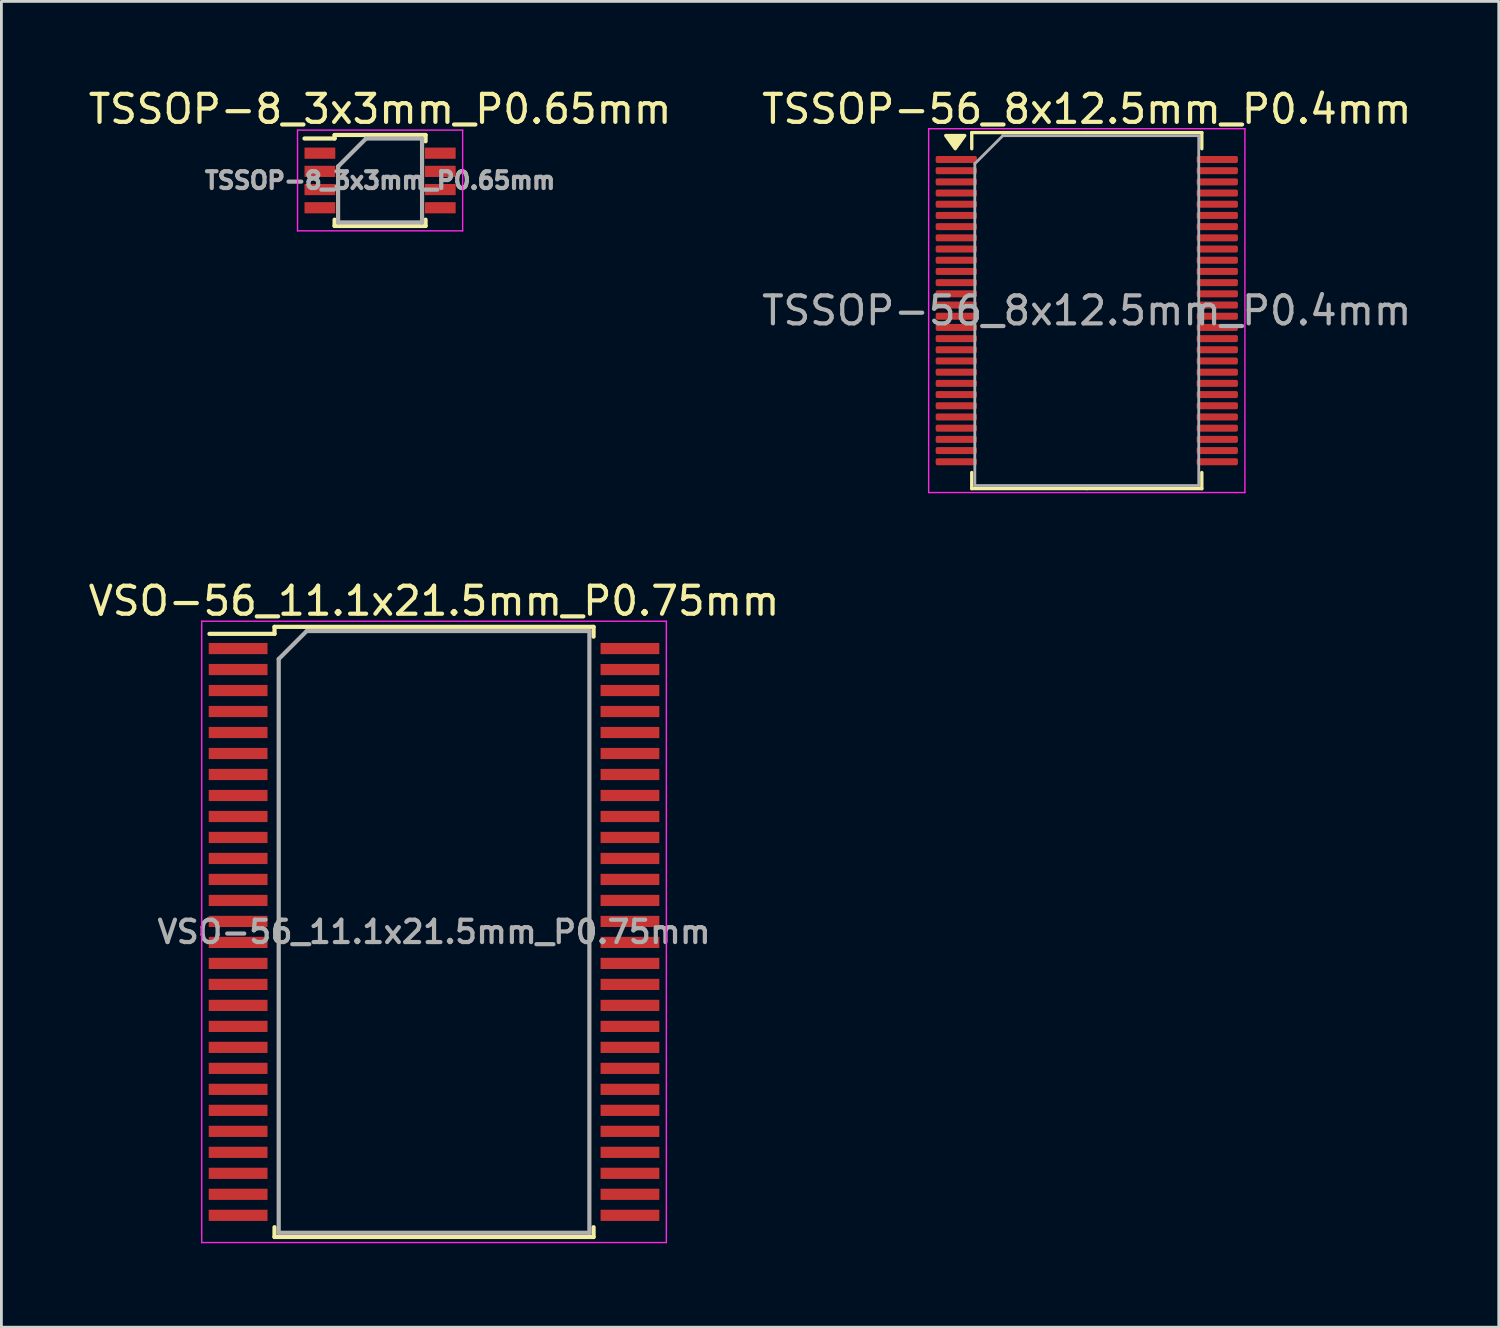
<source format=kicad_pcb>
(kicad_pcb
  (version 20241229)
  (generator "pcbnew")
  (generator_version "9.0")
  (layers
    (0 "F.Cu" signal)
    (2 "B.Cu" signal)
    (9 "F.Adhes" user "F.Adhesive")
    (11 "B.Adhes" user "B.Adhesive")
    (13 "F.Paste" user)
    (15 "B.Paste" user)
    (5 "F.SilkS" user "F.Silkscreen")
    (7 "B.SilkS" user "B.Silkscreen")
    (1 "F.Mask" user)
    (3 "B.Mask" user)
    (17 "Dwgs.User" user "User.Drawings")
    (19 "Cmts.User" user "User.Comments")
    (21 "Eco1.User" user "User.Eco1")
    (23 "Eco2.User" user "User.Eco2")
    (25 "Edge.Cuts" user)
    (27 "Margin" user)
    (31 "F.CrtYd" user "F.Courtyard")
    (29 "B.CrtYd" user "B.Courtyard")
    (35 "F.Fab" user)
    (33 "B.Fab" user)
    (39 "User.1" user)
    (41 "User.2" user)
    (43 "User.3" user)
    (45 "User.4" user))
  (footprint "VSO-56_11.1x21.5mm_P0.75mm"
    (layer "F.Cu")
    (at 12.458 30.247)
    (property "Reference" "VSO-56_11.1x21.5mm_P0.75mm" (at 0 -11.825 0) (layer "F.SilkS") (effects (font (size 1 1) (thickness 0.15))))
    (attr smd)
    (fp_line (start -5.7 -10.9) (end -5.7 -10.65) (stroke (width 0.15) (type solid)) (layer "F.SilkS"))
    (fp_line (start -5.7 -10.9) (end 5.7 -10.9) (stroke (width 0.15) (type solid)) (layer "F.SilkS"))
    (fp_line (start -5.7 -10.65) (end -8.025 -10.65) (stroke (width 0.15) (type solid)) (layer "F.SilkS"))
    (fp_line (start -5.7 10.9) (end -5.7 10.55) (stroke (width 0.15) (type solid)) (layer "F.SilkS"))
    (fp_line (start -5.7 10.9) (end 5.7 10.9) (stroke (width 0.15) (type solid)) (layer "F.SilkS"))
    (fp_line (start 5.7 -10.9) (end 5.7 -10.55) (stroke (width 0.15) (type solid)) (layer "F.SilkS"))
    (fp_line (start 5.7 10.9) (end 5.7 10.55) (stroke (width 0.15) (type solid)) (layer "F.SilkS"))
    (fp_line (start -8.3 -11.1) (end -8.3 11.1) (stroke (width 0.05) (type solid)) (layer "F.CrtYd"))
    (fp_line (start -8.3 -11.1) (end 8.3 -11.1) (stroke (width 0.05) (type solid)) (layer "F.CrtYd"))
    (fp_line (start -8.3 11.1) (end 8.3 11.1) (stroke (width 0.05) (type solid)) (layer "F.CrtYd"))
    (fp_line (start 8.3 -11.1) (end 8.3 11.1) (stroke (width 0.05) (type solid)) (layer "F.CrtYd"))
    (fp_line (start -5.55 -9.75) (end -4.55 -10.75) (stroke (width 0.15) (type solid)) (layer "F.Fab"))
    (fp_line (start -5.55 10.75) (end -5.55 -9.75) (stroke (width 0.15) (type solid)) (layer "F.Fab"))
    (fp_line (start -4.55 -10.75) (end 5.55 -10.75) (stroke (width 0.15) (type solid)) (layer "F.Fab"))
    (fp_line (start 5.55 -10.75) (end 5.55 10.75) (stroke (width 0.15) (type solid)) (layer "F.Fab"))
    (fp_line (start 5.55 10.75) (end -5.55 10.75) (stroke (width 0.15) (type solid)) (layer "F.Fab"))
    (fp_text user "${REFERENCE}" (at 0 0 0) (layer "F.Fab") (effects (font (size 0.8 0.8) (thickness 0.15))))
    (pad "1" smd rect (at -7 -10.125) (size 2.1 0.4) (layers "F.Cu" "F.Mask" "F.Paste"))
    (pad "2" smd rect (at -7 -9.375) (size 2.1 0.4) (layers "F.Cu" "F.Mask" "F.Paste"))
    (pad "3" smd rect (at -7 -8.625) (size 2.1 0.4) (layers "F.Cu" "F.Mask" "F.Paste"))
    (pad "4" smd rect (at -7 -7.875) (size 2.1 0.4) (layers "F.Cu" "F.Mask" "F.Paste"))
    (pad "5" smd rect (at -7 -7.125) (size 2.1 0.4) (layers "F.Cu" "F.Mask" "F.Paste"))
    (pad "6" smd rect (at -7 -6.375) (size 2.1 0.4) (layers "F.Cu" "F.Mask" "F.Paste"))
    (pad "7" smd rect (at -7 -5.625) (size 2.1 0.4) (layers "F.Cu" "F.Mask" "F.Paste"))
    (pad "8" smd rect (at -7 -4.875) (size 2.1 0.4) (layers "F.Cu" "F.Mask" "F.Paste"))
    (pad "9" smd rect (at -7 -4.125) (size 2.1 0.4) (layers "F.Cu" "F.Mask" "F.Paste"))
    (pad "10" smd rect (at -7 -3.375) (size 2.1 0.4) (layers "F.Cu" "F.Mask" "F.Paste"))
    (pad "11" smd rect (at -7 -2.625) (size 2.1 0.4) (layers "F.Cu" "F.Mask" "F.Paste"))
    (pad "12" smd rect (at -7 -1.875) (size 2.1 0.4) (layers "F.Cu" "F.Mask" "F.Paste"))
    (pad "13" smd rect (at -7 -1.125) (size 2.1 0.4) (layers "F.Cu" "F.Mask" "F.Paste"))
    (pad "14" smd rect (at -7 -0.375) (size 2.1 0.4) (layers "F.Cu" "F.Mask" "F.Paste"))
    (pad "15" smd rect (at -7 0.375) (size 2.1 0.4) (layers "F.Cu" "F.Mask" "F.Paste"))
    (pad "16" smd rect (at -7 1.125) (size 2.1 0.4) (layers "F.Cu" "F.Mask" "F.Paste"))
    (pad "17" smd rect (at -7 1.875) (size 2.1 0.4) (layers "F.Cu" "F.Mask" "F.Paste"))
    (pad "18" smd rect (at -7 2.625) (size 2.1 0.4) (layers "F.Cu" "F.Mask" "F.Paste"))
    (pad "19" smd rect (at -7 3.375) (size 2.1 0.4) (layers "F.Cu" "F.Mask" "F.Paste"))
    (pad "20" smd rect (at -7 4.125) (size 2.1 0.4) (layers "F.Cu" "F.Mask" "F.Paste"))
    (pad "21" smd rect (at -7 4.875) (size 2.1 0.4) (layers "F.Cu" "F.Mask" "F.Paste"))
    (pad "22" smd rect (at -7 5.625) (size 2.1 0.4) (layers "F.Cu" "F.Mask" "F.Paste"))
    (pad "23" smd rect (at -7 6.375) (size 2.1 0.4) (layers "F.Cu" "F.Mask" "F.Paste"))
    (pad "24" smd rect (at -7 7.125) (size 2.1 0.4) (layers "F.Cu" "F.Mask" "F.Paste"))
    (pad "25" smd rect (at -7 7.875) (size 2.1 0.4) (layers "F.Cu" "F.Mask" "F.Paste"))
    (pad "26" smd rect (at -7 8.625) (size 2.1 0.4) (layers "F.Cu" "F.Mask" "F.Paste"))
    (pad "27" smd rect (at -7 9.375) (size 2.1 0.4) (layers "F.Cu" "F.Mask" "F.Paste"))
    (pad "28" smd rect (at -7 10.125) (size 2.1 0.4) (layers "F.Cu" "F.Mask" "F.Paste"))
    (pad "29" smd rect (at 7 10.125) (size 2.1 0.4) (layers "F.Cu" "F.Mask" "F.Paste"))
    (pad "30" smd rect (at 7 9.375) (size 2.1 0.4) (layers "F.Cu" "F.Mask" "F.Paste"))
    (pad "31" smd rect (at 7 8.625) (size 2.1 0.4) (layers "F.Cu" "F.Mask" "F.Paste"))
    (pad "32" smd rect (at 7 7.875) (size 2.1 0.4) (layers "F.Cu" "F.Mask" "F.Paste"))
    (pad "33" smd rect (at 7 7.125) (size 2.1 0.4) (layers "F.Cu" "F.Mask" "F.Paste"))
    (pad "34" smd rect (at 7 6.375) (size 2.1 0.4) (layers "F.Cu" "F.Mask" "F.Paste"))
    (pad "35" smd rect (at 7 5.625) (size 2.1 0.4) (layers "F.Cu" "F.Mask" "F.Paste"))
    (pad "36" smd rect (at 7 4.875) (size 2.1 0.4) (layers "F.Cu" "F.Mask" "F.Paste"))
    (pad "37" smd rect (at 7 4.125) (size 2.1 0.4) (layers "F.Cu" "F.Mask" "F.Paste"))
    (pad "38" smd rect (at 7 3.375) (size 2.1 0.4) (layers "F.Cu" "F.Mask" "F.Paste"))
    (pad "39" smd rect (at 7 2.625) (size 2.1 0.4) (layers "F.Cu" "F.Mask" "F.Paste"))
    (pad "40" smd rect (at 7 1.875) (size 2.1 0.4) (layers "F.Cu" "F.Mask" "F.Paste"))
    (pad "41" smd rect (at 7 1.125) (size 2.1 0.4) (layers "F.Cu" "F.Mask" "F.Paste"))
    (pad "42" smd rect (at 7 0.375) (size 2.1 0.4) (layers "F.Cu" "F.Mask" "F.Paste"))
    (pad "43" smd rect (at 7 -0.375) (size 2.1 0.4) (layers "F.Cu" "F.Mask" "F.Paste"))
    (pad "44" smd rect (at 7 -1.125) (size 2.1 0.4) (layers "F.Cu" "F.Mask" "F.Paste"))
    (pad "45" smd rect (at 7 -1.875) (size 2.1 0.4) (layers "F.Cu" "F.Mask" "F.Paste"))
    (pad "46" smd rect (at 7 -2.625) (size 2.1 0.4) (layers "F.Cu" "F.Mask" "F.Paste"))
    (pad "47" smd rect (at 7 -3.375) (size 2.1 0.4) (layers "F.Cu" "F.Mask" "F.Paste"))
    (pad "48" smd rect (at 7 -4.125) (size 2.1 0.4) (layers "F.Cu" "F.Mask" "F.Paste"))
    (pad "49" smd rect (at 7 -4.875) (size 2.1 0.4) (layers "F.Cu" "F.Mask" "F.Paste"))
    (pad "50" smd rect (at 7 -5.625) (size 2.1 0.4) (layers "F.Cu" "F.Mask" "F.Paste"))
    (pad "51" smd rect (at 7 -6.375) (size 2.1 0.4) (layers "F.Cu" "F.Mask" "F.Paste"))
    (pad "52" smd rect (at 7 -7.125) (size 2.1 0.4) (layers "F.Cu" "F.Mask" "F.Paste"))
    (pad "53" smd rect (at 7 -7.875) (size 2.1 0.4) (layers "F.Cu" "F.Mask" "F.Paste"))
    (pad "54" smd rect (at 7 -8.625) (size 2.1 0.4) (layers "F.Cu" "F.Mask" "F.Paste"))
    (pad "55" smd rect (at 7 -9.375) (size 2.1 0.4) (layers "F.Cu" "F.Mask" "F.Paste"))
    (pad "56" smd rect (at 7 -10.125) (size 2.1 0.4) (layers "F.Cu" "F.Mask" "F.Paste")))
  (footprint "TSSOP-56_8x12.5mm_P0.4mm"
    (layer "F.Cu")
    (at 35.78 8.048)
    (property "Reference" "TSSOP-56_8x12.5mm_P0.4mm" (at 0 -7.2 0) (layer "F.SilkS") (effects (font (size 1 1) (thickness 0.15))))
    (attr smd)
    (fp_line (start -4.11 -6.36) (end -4.11 -5.785) (stroke (width 0.12) (type solid)) (layer "F.SilkS"))
    (fp_line (start -4.11 6.36) (end -4.11 5.785) (stroke (width 0.12) (type solid)) (layer "F.SilkS"))
    (fp_line (start 0 -6.36) (end -4.11 -6.36) (stroke (width 0.12) (type solid)) (layer "F.SilkS"))
    (fp_line (start 0 -6.36) (end 4.11 -6.36) (stroke (width 0.12) (type solid)) (layer "F.SilkS"))
    (fp_line (start 0 6.36) (end -4.11 6.36) (stroke (width 0.12) (type solid)) (layer "F.SilkS"))
    (fp_line (start 0 6.36) (end 4.11 6.36) (stroke (width 0.12) (type solid)) (layer "F.SilkS"))
    (fp_line (start 4.11 -6.36) (end 4.11 -5.785) (stroke (width 0.12) (type solid)) (layer "F.SilkS"))
    (fp_line (start 4.11 6.36) (end 4.11 5.785) (stroke (width 0.12) (type solid)) (layer "F.SilkS"))
    (fp_poly (pts (xy -4.7 -5.785) (xy -5.04 -6.255) (xy -4.36 -6.255) (xy -4.7 -5.785)) (stroke (width 0.12) (type solid)) (fill yes) (layer "F.SilkS"))
    (fp_line (start -5.65 -6.5) (end -5.65 6.5) (stroke (width 0.05) (type solid)) (layer "F.CrtYd"))
    (fp_line (start -5.65 6.5) (end 5.65 6.5) (stroke (width 0.05) (type solid)) (layer "F.CrtYd"))
    (fp_line (start 5.65 -6.5) (end -5.65 -6.5) (stroke (width 0.05) (type solid)) (layer "F.CrtYd"))
    (fp_line (start 5.65 6.5) (end 5.65 -6.5) (stroke (width 0.05) (type solid)) (layer "F.CrtYd"))
    (fp_line (start -4 -5.25) (end -3 -6.25) (stroke (width 0.1) (type solid)) (layer "F.Fab"))
    (fp_line (start -4 6.25) (end -4 -5.25) (stroke (width 0.1) (type solid)) (layer "F.Fab"))
    (fp_line (start -3 -6.25) (end 4 -6.25) (stroke (width 0.1) (type solid)) (layer "F.Fab"))
    (fp_line (start 4 -6.25) (end 4 6.25) (stroke (width 0.1) (type solid)) (layer "F.Fab"))
    (fp_line (start 4 6.25) (end -4 6.25) (stroke (width 0.1) (type solid)) (layer "F.Fab"))
    (fp_text user "${REFERENCE}" (at 0 0 0) (layer "F.Fab") (effects (font (size 1 1) (thickness 0.15))))
    (pad "1" smd roundrect (at -4.662 -5.4) (size 1.475 0.25) (layers "F.Cu" "F.Mask" "F.Paste") (roundrect_rratio 0.25))
    (pad "2" smd roundrect (at -4.662 -5) (size 1.475 0.25) (layers "F.Cu" "F.Mask" "F.Paste") (roundrect_rratio 0.25))
    (pad "3" smd roundrect (at -4.662 -4.6) (size 1.475 0.25) (layers "F.Cu" "F.Mask" "F.Paste") (roundrect_rratio 0.25))
    (pad "4" smd roundrect (at -4.662 -4.2) (size 1.475 0.25) (layers "F.Cu" "F.Mask" "F.Paste") (roundrect_rratio 0.25))
    (pad "5" smd roundrect (at -4.662 -3.8) (size 1.475 0.25) (layers "F.Cu" "F.Mask" "F.Paste") (roundrect_rratio 0.25))
    (pad "6" smd roundrect (at -4.662 -3.4) (size 1.475 0.25) (layers "F.Cu" "F.Mask" "F.Paste") (roundrect_rratio 0.25))
    (pad "7" smd roundrect (at -4.662 -3) (size 1.475 0.25) (layers "F.Cu" "F.Mask" "F.Paste") (roundrect_rratio 0.25))
    (pad "8" smd roundrect (at -4.662 -2.6) (size 1.475 0.25) (layers "F.Cu" "F.Mask" "F.Paste") (roundrect_rratio 0.25))
    (pad "9" smd roundrect (at -4.662 -2.2) (size 1.475 0.25) (layers "F.Cu" "F.Mask" "F.Paste") (roundrect_rratio 0.25))
    (pad "10" smd roundrect (at -4.662 -1.8) (size 1.475 0.25) (layers "F.Cu" "F.Mask" "F.Paste") (roundrect_rratio 0.25))
    (pad "11" smd roundrect (at -4.662 -1.4) (size 1.475 0.25) (layers "F.Cu" "F.Mask" "F.Paste") (roundrect_rratio 0.25))
    (pad "12" smd roundrect (at -4.662 -1) (size 1.475 0.25) (layers "F.Cu" "F.Mask" "F.Paste") (roundrect_rratio 0.25))
    (pad "13" smd roundrect (at -4.662 -0.6) (size 1.475 0.25) (layers "F.Cu" "F.Mask" "F.Paste") (roundrect_rratio 0.25))
    (pad "14" smd roundrect (at -4.662 -0.2) (size 1.475 0.25) (layers "F.Cu" "F.Mask" "F.Paste") (roundrect_rratio 0.25))
    (pad "15" smd roundrect (at -4.662 0.2) (size 1.475 0.25) (layers "F.Cu" "F.Mask" "F.Paste") (roundrect_rratio 0.25))
    (pad "16" smd roundrect (at -4.662 0.6) (size 1.475 0.25) (layers "F.Cu" "F.Mask" "F.Paste") (roundrect_rratio 0.25))
    (pad "17" smd roundrect (at -4.662 1) (size 1.475 0.25) (layers "F.Cu" "F.Mask" "F.Paste") (roundrect_rratio 0.25))
    (pad "18" smd roundrect (at -4.662 1.4) (size 1.475 0.25) (layers "F.Cu" "F.Mask" "F.Paste") (roundrect_rratio 0.25))
    (pad "19" smd roundrect (at -4.662 1.8) (size 1.475 0.25) (layers "F.Cu" "F.Mask" "F.Paste") (roundrect_rratio 0.25))
    (pad "20" smd roundrect (at -4.662 2.2) (size 1.475 0.25) (layers "F.Cu" "F.Mask" "F.Paste") (roundrect_rratio 0.25))
    (pad "21" smd roundrect (at -4.662 2.6) (size 1.475 0.25) (layers "F.Cu" "F.Mask" "F.Paste") (roundrect_rratio 0.25))
    (pad "22" smd roundrect (at -4.662 3) (size 1.475 0.25) (layers "F.Cu" "F.Mask" "F.Paste") (roundrect_rratio 0.25))
    (pad "23" smd roundrect (at -4.662 3.4) (size 1.475 0.25) (layers "F.Cu" "F.Mask" "F.Paste") (roundrect_rratio 0.25))
    (pad "24" smd roundrect (at -4.662 3.8) (size 1.475 0.25) (layers "F.Cu" "F.Mask" "F.Paste") (roundrect_rratio 0.25))
    (pad "25" smd roundrect (at -4.662 4.2) (size 1.475 0.25) (layers "F.Cu" "F.Mask" "F.Paste") (roundrect_rratio 0.25))
    (pad "26" smd roundrect (at -4.662 4.6) (size 1.475 0.25) (layers "F.Cu" "F.Mask" "F.Paste") (roundrect_rratio 0.25))
    (pad "27" smd roundrect (at -4.662 5) (size 1.475 0.25) (layers "F.Cu" "F.Mask" "F.Paste") (roundrect_rratio 0.25))
    (pad "28" smd roundrect (at -4.662 5.4) (size 1.475 0.25) (layers "F.Cu" "F.Mask" "F.Paste") (roundrect_rratio 0.25))
    (pad "29" smd roundrect (at 4.662 5.4) (size 1.475 0.25) (layers "F.Cu" "F.Mask" "F.Paste") (roundrect_rratio 0.25))
    (pad "30" smd roundrect (at 4.662 5) (size 1.475 0.25) (layers "F.Cu" "F.Mask" "F.Paste") (roundrect_rratio 0.25))
    (pad "31" smd roundrect (at 4.662 4.6) (size 1.475 0.25) (layers "F.Cu" "F.Mask" "F.Paste") (roundrect_rratio 0.25))
    (pad "32" smd roundrect (at 4.662 4.2) (size 1.475 0.25) (layers "F.Cu" "F.Mask" "F.Paste") (roundrect_rratio 0.25))
    (pad "33" smd roundrect (at 4.662 3.8) (size 1.475 0.25) (layers "F.Cu" "F.Mask" "F.Paste") (roundrect_rratio 0.25))
    (pad "34" smd roundrect (at 4.662 3.4) (size 1.475 0.25) (layers "F.Cu" "F.Mask" "F.Paste") (roundrect_rratio 0.25))
    (pad "35" smd roundrect (at 4.662 3) (size 1.475 0.25) (layers "F.Cu" "F.Mask" "F.Paste") (roundrect_rratio 0.25))
    (pad "36" smd roundrect (at 4.662 2.6) (size 1.475 0.25) (layers "F.Cu" "F.Mask" "F.Paste") (roundrect_rratio 0.25))
    (pad "37" smd roundrect (at 4.662 2.2) (size 1.475 0.25) (layers "F.Cu" "F.Mask" "F.Paste") (roundrect_rratio 0.25))
    (pad "38" smd roundrect (at 4.662 1.8) (size 1.475 0.25) (layers "F.Cu" "F.Mask" "F.Paste") (roundrect_rratio 0.25))
    (pad "39" smd roundrect (at 4.662 1.4) (size 1.475 0.25) (layers "F.Cu" "F.Mask" "F.Paste") (roundrect_rratio 0.25))
    (pad "40" smd roundrect (at 4.662 1) (size 1.475 0.25) (layers "F.Cu" "F.Mask" "F.Paste") (roundrect_rratio 0.25))
    (pad "41" smd roundrect (at 4.662 0.6) (size 1.475 0.25) (layers "F.Cu" "F.Mask" "F.Paste") (roundrect_rratio 0.25))
    (pad "42" smd roundrect (at 4.662 0.2) (size 1.475 0.25) (layers "F.Cu" "F.Mask" "F.Paste") (roundrect_rratio 0.25))
    (pad "43" smd roundrect (at 4.662 -0.2) (size 1.475 0.25) (layers "F.Cu" "F.Mask" "F.Paste") (roundrect_rratio 0.25))
    (pad "44" smd roundrect (at 4.662 -0.6) (size 1.475 0.25) (layers "F.Cu" "F.Mask" "F.Paste") (roundrect_rratio 0.25))
    (pad "45" smd roundrect (at 4.662 -1) (size 1.475 0.25) (layers "F.Cu" "F.Mask" "F.Paste") (roundrect_rratio 0.25))
    (pad "46" smd roundrect (at 4.662 -1.4) (size 1.475 0.25) (layers "F.Cu" "F.Mask" "F.Paste") (roundrect_rratio 0.25))
    (pad "47" smd roundrect (at 4.662 -1.8) (size 1.475 0.25) (layers "F.Cu" "F.Mask" "F.Paste") (roundrect_rratio 0.25))
    (pad "48" smd roundrect (at 4.662 -2.2) (size 1.475 0.25) (layers "F.Cu" "F.Mask" "F.Paste") (roundrect_rratio 0.25))
    (pad "49" smd roundrect (at 4.662 -2.6) (size 1.475 0.25) (layers "F.Cu" "F.Mask" "F.Paste") (roundrect_rratio 0.25))
    (pad "50" smd roundrect (at 4.662 -3) (size 1.475 0.25) (layers "F.Cu" "F.Mask" "F.Paste") (roundrect_rratio 0.25))
    (pad "51" smd roundrect (at 4.662 -3.4) (size 1.475 0.25) (layers "F.Cu" "F.Mask" "F.Paste") (roundrect_rratio 0.25))
    (pad "52" smd roundrect (at 4.662 -3.8) (size 1.475 0.25) (layers "F.Cu" "F.Mask" "F.Paste") (roundrect_rratio 0.25))
    (pad "53" smd roundrect (at 4.662 -4.2) (size 1.475 0.25) (layers "F.Cu" "F.Mask" "F.Paste") (roundrect_rratio 0.25))
    (pad "54" smd roundrect (at 4.662 -4.6) (size 1.475 0.25) (layers "F.Cu" "F.Mask" "F.Paste") (roundrect_rratio 0.25))
    (pad "55" smd roundrect (at 4.662 -5) (size 1.475 0.25) (layers "F.Cu" "F.Mask" "F.Paste") (roundrect_rratio 0.25))
    (pad "56" smd roundrect (at 4.662 -5.4) (size 1.475 0.25) (layers "F.Cu" "F.Mask" "F.Paste") (roundrect_rratio 0.25)))
  (footprint "TSSOP-8_3x3mm_P0.65mm"
    (layer "F.Cu")
    (at 10.53 3.398)
    (property "Reference" "TSSOP-8_3x3mm_P0.65mm" (at 0 -2.55 0) (layer "F.SilkS") (effects (font (size 1 1) (thickness 0.15))))
    (attr smd)
    (fp_line (start -1.625 -1.625) (end -1.625 -1.5) (stroke (width 0.15) (type solid)) (layer "F.SilkS"))
    (fp_line (start -1.625 -1.625) (end 1.625 -1.625) (stroke (width 0.15) (type solid)) (layer "F.SilkS"))
    (fp_line (start -1.625 -1.5) (end -2.7 -1.5) (stroke (width 0.15) (type solid)) (layer "F.SilkS"))
    (fp_line (start -1.625 1.625) (end -1.625 1.4) (stroke (width 0.15) (type solid)) (layer "F.SilkS"))
    (fp_line (start -1.625 1.625) (end 1.625 1.625) (stroke (width 0.15) (type solid)) (layer "F.SilkS"))
    (fp_line (start 1.625 -1.625) (end 1.625 -1.4) (stroke (width 0.15) (type solid)) (layer "F.SilkS"))
    (fp_line (start 1.625 1.625) (end 1.625 1.4) (stroke (width 0.15) (type solid)) (layer "F.SilkS"))
    (fp_line (start -2.95 -1.8) (end -2.95 1.8) (stroke (width 0.05) (type solid)) (layer "F.CrtYd"))
    (fp_line (start -2.95 -1.8) (end 2.95 -1.8) (stroke (width 0.05) (type solid)) (layer "F.CrtYd"))
    (fp_line (start -2.95 1.8) (end 2.95 1.8) (stroke (width 0.05) (type solid)) (layer "F.CrtYd"))
    (fp_line (start 2.95 -1.8) (end 2.95 1.8) (stroke (width 0.05) (type solid)) (layer "F.CrtYd"))
    (fp_line (start -1.5 -0.5) (end -0.5 -1.5) (stroke (width 0.15) (type solid)) (layer "F.Fab"))
    (fp_line (start -1.5 1.5) (end -1.5 -0.5) (stroke (width 0.15) (type solid)) (layer "F.Fab"))
    (fp_line (start -0.5 -1.5) (end 1.5 -1.5) (stroke (width 0.15) (type solid)) (layer "F.Fab"))
    (fp_line (start 1.5 -1.5) (end 1.5 1.5) (stroke (width 0.15) (type solid)) (layer "F.Fab"))
    (fp_line (start 1.5 1.5) (end -1.5 1.5) (stroke (width 0.15) (type solid)) (layer "F.Fab"))
    (fp_text user "${REFERENCE}" (at 0 0 0) (layer "F.Fab") (effects (font (size 0.6 0.6) (thickness 0.15))))
    (pad "1" smd rect (at -2.15 -0.975) (size 1.1 0.4) (layers "F.Cu" "F.Mask" "F.Paste"))
    (pad "2" smd rect (at -2.15 -0.325) (size 1.1 0.4) (layers "F.Cu" "F.Mask" "F.Paste"))
    (pad "3" smd rect (at -2.15 0.325) (size 1.1 0.4) (layers "F.Cu" "F.Mask" "F.Paste"))
    (pad "4" smd rect (at -2.15 0.975) (size 1.1 0.4) (layers "F.Cu" "F.Mask" "F.Paste"))
    (pad "5" smd rect (at 2.15 0.975) (size 1.1 0.4) (layers "F.Cu" "F.Mask" "F.Paste"))
    (pad "6" smd rect (at 2.15 0.325) (size 1.1 0.4) (layers "F.Cu" "F.Mask" "F.Paste"))
    (pad "7" smd rect (at 2.15 -0.325) (size 1.1 0.4) (layers "F.Cu" "F.Mask" "F.Paste"))
    (pad "8" smd rect (at 2.15 -0.975) (size 1.1 0.4) (layers "F.Cu" "F.Mask" "F.Paste")))
  (gr_rect
    (start -3 -3)
    (end 50.5 44.371)
    (stroke (width 0.1) (type default))
    (fill no)
    (layer "Edge.Cuts")))
</source>
